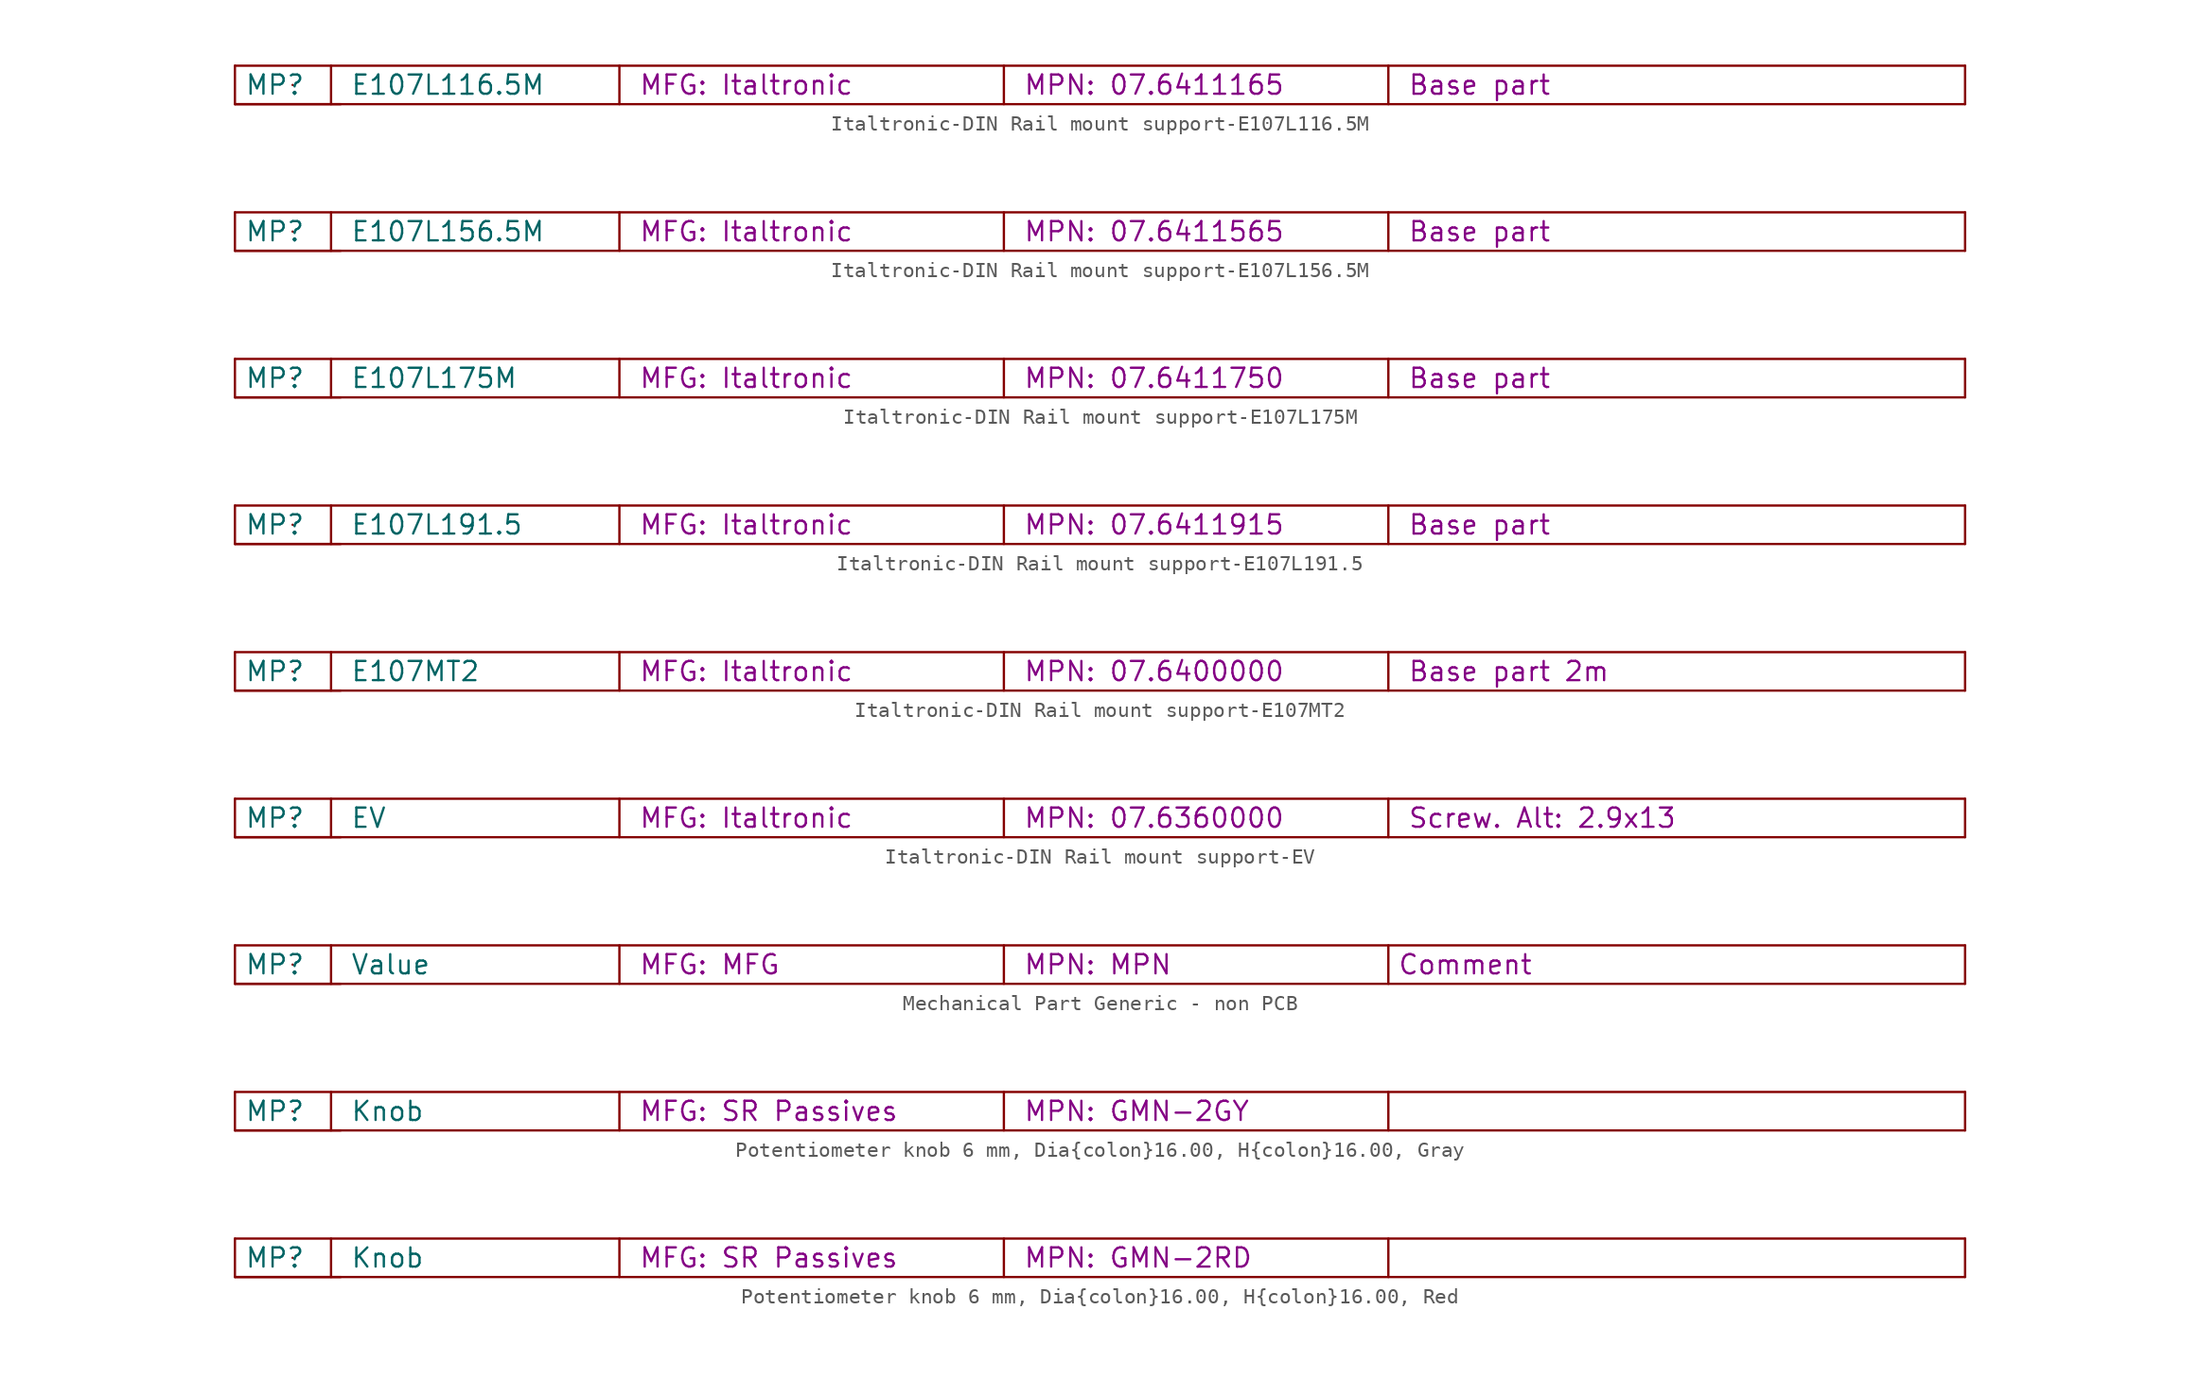
<source format=kicad_sym>
(kicad_symbol_lib
  (version 20220914)
  (generator kicad_symbol_editor)
  (symbol "Italtronic-DIN Rail mount support-E107L116.5M"
    (pin_numbers hide)
    (pin_names
      (offset 0) hide)
    (property "Reference" "MP"
      (at 0.635 1.27 0)
      (do_not_autoplace)
      (effects (font (size 1.27 1.27)) (justify left)))
    (property "Value" "E107L116.5M"
      (at 7.62 1.27 0)
      (do_not_autoplace)
      (effects (font (size 1.27 1.27)) (justify left)))
    (property "MFG" "Italtronic"
      (at 26.67 1.27 0)
      (show_name)
      (do_not_autoplace)
      (effects (font (size 1.27 1.27)) (justify left)))
    (property "MPN" "07.6411165"
      (at 52.07 1.27 0)
      (show_name)
      (do_not_autoplace)
      (effects (font (size 1.27 1.27)) (justify left)))
    (property "Z-SYSCODE" ""
      (at 6.985 1.27 0)
      (do_not_autoplace)
      (effects (font (size 1.27 1.27)) (justify left)))
    (property "Comment" "Base part"
      (at 77.47 1.27 0)
      (effects (font (size 1.27 1.27)) (justify left)))
    (symbol "Italtronic-DIN Rail mount support-E107L116.5M_0_1"
      (polyline (pts (xy 0 0) (xy 0 2.54)) (stroke (width 0.152) (type default)) (fill (type none)))
      (polyline (pts (xy 6.35 0) (xy 6.35 2.54)) (stroke (width 0.152) (type default)) (fill (type none)))
      (polyline (pts (xy 6.985 0) (xy 0 0)) (stroke (width 0.152) (type default)) (fill (type none)))
      (polyline (pts (xy 25.4 0) (xy 25.4 2.54)) (stroke (width 0.152) (type default)) (fill (type none)))
      (polyline (pts (xy 50.8 0) (xy 50.8 2.54)) (stroke (width 0.152) (type default)) (fill (type none)))
      (polyline (pts (xy 76.2 0) (xy 76.2 2.54)) (stroke (width 0.152) (type default)) (fill (type none)))
      (polyline (pts (xy 114.3 0) (xy 0 0)) (stroke (width 0.152) (type default)) (fill (type none)))
      (polyline (pts (xy 114.3 0) (xy 114.3 2.54)) (stroke (width 0.152) (type default)) (fill (type none)))
      (polyline (pts (xy 114.3 2.54) (xy 0 2.54)) (stroke (width 0.152) (type default)) (fill (type none)))
      (rectangle (start 3.81 1.27) (end 3.81 1.27) (stroke (width 0.152) (type default)) (fill (type none)))))
  (symbol "Italtronic-DIN Rail mount support-E107L156.5M"
    (pin_numbers hide)
    (pin_names
      (offset 0) hide)
    (property "Reference" "MP"
      (at 0.635 1.27 0)
      (do_not_autoplace)
      (effects (font (size 1.27 1.27)) (justify left)))
    (property "Value" "E107L156.5M"
      (at 7.62 1.27 0)
      (do_not_autoplace)
      (effects (font (size 1.27 1.27)) (justify left)))
    (property "MFG" "Italtronic"
      (at 26.67 1.27 0)
      (show_name)
      (do_not_autoplace)
      (effects (font (size 1.27 1.27)) (justify left)))
    (property "MPN" "07.6411565"
      (at 52.07 1.27 0)
      (show_name)
      (do_not_autoplace)
      (effects (font (size 1.27 1.27)) (justify left)))
    (property "Z-SYSCODE" ""
      (at 6.985 1.27 0)
      (do_not_autoplace)
      (effects (font (size 1.27 1.27)) (justify left)))
    (property "Comment" "Base part"
      (at 77.47 1.27 0)
      (effects (font (size 1.27 1.27)) (justify left)))
    (symbol "Italtronic-DIN Rail mount support-E107L156.5M_0_1"
      (polyline (pts (xy 0 0) (xy 0 2.54)) (stroke (width 0.152) (type default)) (fill (type none)))
      (polyline (pts (xy 6.35 0) (xy 6.35 2.54)) (stroke (width 0.152) (type default)) (fill (type none)))
      (polyline (pts (xy 6.985 0) (xy 0 0)) (stroke (width 0.152) (type default)) (fill (type none)))
      (polyline (pts (xy 25.4 0) (xy 25.4 2.54)) (stroke (width 0.152) (type default)) (fill (type none)))
      (polyline (pts (xy 50.8 0) (xy 50.8 2.54)) (stroke (width 0.152) (type default)) (fill (type none)))
      (polyline (pts (xy 76.2 0) (xy 76.2 2.54)) (stroke (width 0.152) (type default)) (fill (type none)))
      (polyline (pts (xy 114.3 0) (xy 0 0)) (stroke (width 0.152) (type default)) (fill (type none)))
      (polyline (pts (xy 114.3 0) (xy 114.3 2.54)) (stroke (width 0.152) (type default)) (fill (type none)))
      (polyline (pts (xy 114.3 2.54) (xy 0 2.54)) (stroke (width 0.152) (type default)) (fill (type none)))
      (rectangle (start 3.81 1.27) (end 3.81 1.27) (stroke (width 0.152) (type default)) (fill (type none)))))
  (symbol "Italtronic-DIN Rail mount support-E107L175M"
    (pin_numbers hide)
    (pin_names
      (offset 0) hide)
    (property "Reference" "MP"
      (at 0.635 1.27 0)
      (do_not_autoplace)
      (effects (font (size 1.27 1.27)) (justify left)))
    (property "Value" "E107L175M"
      (at 7.62 1.27 0)
      (do_not_autoplace)
      (effects (font (size 1.27 1.27)) (justify left)))
    (property "MFG" "Italtronic"
      (at 26.67 1.27 0)
      (show_name)
      (do_not_autoplace)
      (effects (font (size 1.27 1.27)) (justify left)))
    (property "MPN" "07.6411750"
      (at 52.07 1.27 0)
      (show_name)
      (do_not_autoplace)
      (effects (font (size 1.27 1.27)) (justify left)))
    (property "Z-SYSCODE" ""
      (at 6.985 1.27 0)
      (do_not_autoplace)
      (effects (font (size 1.27 1.27)) (justify left)))
    (property "Comment" "Base part"
      (at 77.47 1.27 0)
      (effects (font (size 1.27 1.27)) (justify left)))
    (symbol "Italtronic-DIN Rail mount support-E107L175M_0_1"
      (polyline (pts (xy 0 0) (xy 0 2.54)) (stroke (width 0.152) (type default)) (fill (type none)))
      (polyline (pts (xy 6.35 0) (xy 6.35 2.54)) (stroke (width 0.152) (type default)) (fill (type none)))
      (polyline (pts (xy 6.985 0) (xy 0 0)) (stroke (width 0.152) (type default)) (fill (type none)))
      (polyline (pts (xy 25.4 0) (xy 25.4 2.54)) (stroke (width 0.152) (type default)) (fill (type none)))
      (polyline (pts (xy 50.8 0) (xy 50.8 2.54)) (stroke (width 0.152) (type default)) (fill (type none)))
      (polyline (pts (xy 76.2 0) (xy 76.2 2.54)) (stroke (width 0.152) (type default)) (fill (type none)))
      (polyline (pts (xy 114.3 0) (xy 0 0)) (stroke (width 0.152) (type default)) (fill (type none)))
      (polyline (pts (xy 114.3 0) (xy 114.3 2.54)) (stroke (width 0.152) (type default)) (fill (type none)))
      (polyline (pts (xy 114.3 2.54) (xy 0 2.54)) (stroke (width 0.152) (type default)) (fill (type none)))
      (rectangle (start 3.81 1.27) (end 3.81 1.27) (stroke (width 0.152) (type default)) (fill (type none)))))
  (symbol "Italtronic-DIN Rail mount support-E107L191.5"
    (pin_numbers hide)
    (pin_names
      (offset 0) hide)
    (property "Reference" "MP"
      (at 0.635 1.27 0)
      (do_not_autoplace)
      (effects (font (size 1.27 1.27)) (justify left)))
    (property "Value" "E107L191.5"
      (at 7.62 1.27 0)
      (do_not_autoplace)
      (effects (font (size 1.27 1.27)) (justify left)))
    (property "MFG" "Italtronic"
      (at 26.67 1.27 0)
      (show_name)
      (do_not_autoplace)
      (effects (font (size 1.27 1.27)) (justify left)))
    (property "MPN" "07.6411915"
      (at 52.07 1.27 0)
      (show_name)
      (do_not_autoplace)
      (effects (font (size 1.27 1.27)) (justify left)))
    (property "Z-SYSCODE" ""
      (at 6.985 1.27 0)
      (do_not_autoplace)
      (effects (font (size 1.27 1.27)) (justify left)))
    (property "Comment" "Base part"
      (at 77.47 1.27 0)
      (effects (font (size 1.27 1.27)) (justify left)))
    (symbol "Italtronic-DIN Rail mount support-E107L191.5_0_1"
      (polyline (pts (xy 0 0) (xy 0 2.54)) (stroke (width 0.152) (type default)) (fill (type none)))
      (polyline (pts (xy 6.35 0) (xy 6.35 2.54)) (stroke (width 0.152) (type default)) (fill (type none)))
      (polyline (pts (xy 6.985 0) (xy 0 0)) (stroke (width 0.152) (type default)) (fill (type none)))
      (polyline (pts (xy 25.4 0) (xy 25.4 2.54)) (stroke (width 0.152) (type default)) (fill (type none)))
      (polyline (pts (xy 50.8 0) (xy 50.8 2.54)) (stroke (width 0.152) (type default)) (fill (type none)))
      (polyline (pts (xy 76.2 0) (xy 76.2 2.54)) (stroke (width 0.152) (type default)) (fill (type none)))
      (polyline (pts (xy 114.3 0) (xy 0 0)) (stroke (width 0.152) (type default)) (fill (type none)))
      (polyline (pts (xy 114.3 0) (xy 114.3 2.54)) (stroke (width 0.152) (type default)) (fill (type none)))
      (polyline (pts (xy 114.3 2.54) (xy 0 2.54)) (stroke (width 0.152) (type default)) (fill (type none)))
      (rectangle (start 3.81 1.27) (end 3.81 1.27) (stroke (width 0.152) (type default)) (fill (type none)))))
  (symbol "Italtronic-DIN Rail mount support-E107MT2"
    (pin_numbers hide)
    (pin_names
      (offset 0) hide)
    (property "Reference" "MP"
      (at 0.635 1.27 0)
      (do_not_autoplace)
      (effects (font (size 1.27 1.27)) (justify left)))
    (property "Value" "E107MT2"
      (at 7.62 1.27 0)
      (do_not_autoplace)
      (effects (font (size 1.27 1.27)) (justify left)))
    (property "MFG" "Italtronic"
      (at 26.67 1.27 0)
      (show_name)
      (do_not_autoplace)
      (effects (font (size 1.27 1.27)) (justify left)))
    (property "MPN" "07.6400000"
      (at 52.07 1.27 0)
      (show_name)
      (do_not_autoplace)
      (effects (font (size 1.27 1.27)) (justify left)))
    (property "Z-SYSCODE" ""
      (at 6.985 1.27 0)
      (do_not_autoplace)
      (effects (font (size 1.27 1.27)) (justify left)))
    (property "Comment" "Base part 2m"
      (at 77.47 1.27 0)
      (effects (font (size 1.27 1.27)) (justify left)))
    (symbol "Italtronic-DIN Rail mount support-E107MT2_0_1"
      (polyline (pts (xy 0 0) (xy 0 2.54)) (stroke (width 0.152) (type default)) (fill (type none)))
      (polyline (pts (xy 6.35 0) (xy 6.35 2.54)) (stroke (width 0.152) (type default)) (fill (type none)))
      (polyline (pts (xy 6.985 0) (xy 0 0)) (stroke (width 0.152) (type default)) (fill (type none)))
      (polyline (pts (xy 25.4 0) (xy 25.4 2.54)) (stroke (width 0.152) (type default)) (fill (type none)))
      (polyline (pts (xy 50.8 0) (xy 50.8 2.54)) (stroke (width 0.152) (type default)) (fill (type none)))
      (polyline (pts (xy 76.2 0) (xy 76.2 2.54)) (stroke (width 0.152) (type default)) (fill (type none)))
      (polyline (pts (xy 114.3 0) (xy 0 0)) (stroke (width 0.152) (type default)) (fill (type none)))
      (polyline (pts (xy 114.3 0) (xy 114.3 2.54)) (stroke (width 0.152) (type default)) (fill (type none)))
      (polyline (pts (xy 114.3 2.54) (xy 0 2.54)) (stroke (width 0.152) (type default)) (fill (type none)))
      (rectangle (start 3.81 1.27) (end 3.81 1.27) (stroke (width 0.152) (type default)) (fill (type none)))))
  (symbol "Italtronic-DIN Rail mount support-EV"
    (pin_numbers hide)
    (pin_names
      (offset 0) hide)
    (property "Reference" "MP"
      (at 0.635 1.27 0)
      (do_not_autoplace)
      (effects (font (size 1.27 1.27)) (justify left)))
    (property "Value" "EV"
      (at 7.62 1.27 0)
      (do_not_autoplace)
      (effects (font (size 1.27 1.27)) (justify left)))
    (property "MFG" "Italtronic"
      (at 26.67 1.27 0)
      (show_name)
      (do_not_autoplace)
      (effects (font (size 1.27 1.27)) (justify left)))
    (property "MPN" "07.6360000"
      (at 52.07 1.27 0)
      (show_name)
      (do_not_autoplace)
      (effects (font (size 1.27 1.27)) (justify left)))
    (property "Z-SYSCODE" ""
      (at 6.985 1.27 0)
      (do_not_autoplace)
      (effects (font (size 1.27 1.27)) (justify left)))
    (property "Comment" "Screw. Alt: 2.9x13"
      (at 77.47 1.27 0)
      (effects (font (size 1.27 1.27)) (justify left)))
    (symbol "Italtronic-DIN Rail mount support-EV_0_1"
      (polyline (pts (xy 0 0) (xy 0 2.54)) (stroke (width 0.152) (type default)) (fill (type none)))
      (polyline (pts (xy 6.35 0) (xy 6.35 2.54)) (stroke (width 0.152) (type default)) (fill (type none)))
      (polyline (pts (xy 6.985 0) (xy 0 0)) (stroke (width 0.152) (type default)) (fill (type none)))
      (polyline (pts (xy 25.4 0) (xy 25.4 2.54)) (stroke (width 0.152) (type default)) (fill (type none)))
      (polyline (pts (xy 50.8 0) (xy 50.8 2.54)) (stroke (width 0.152) (type default)) (fill (type none)))
      (polyline (pts (xy 76.2 0) (xy 76.2 2.54)) (stroke (width 0.152) (type default)) (fill (type none)))
      (polyline (pts (xy 114.3 0) (xy 0 0)) (stroke (width 0.152) (type default)) (fill (type none)))
      (polyline (pts (xy 114.3 0) (xy 114.3 2.54)) (stroke (width 0.152) (type default)) (fill (type none)))
      (polyline (pts (xy 114.3 2.54) (xy 0 2.54)) (stroke (width 0.152) (type default)) (fill (type none)))
      (rectangle (start 3.81 1.27) (end 3.81 1.27) (stroke (width 0.152) (type default)) (fill (type none)))))
  (symbol "Mechanical Part Generic - non PCB"
    (pin_numbers hide)
    (pin_names
      (offset 0) hide)
    (property "Reference" "MP"
      (at 0.635 1.27 0)
      (do_not_autoplace)
      (effects (font (size 1.27 1.27)) (justify left)))
    (property "Value" "Value"
      (at 7.62 1.27 0)
      (do_not_autoplace)
      (effects (font (size 1.27 1.27)) (justify left)))
    (property "MFG" "MFG"
      (at 26.67 1.27 0)
      (show_name)
      (do_not_autoplace)
      (effects (font (size 1.27 1.27)) (justify left)))
    (property "MPN" "MPN"
      (at 52.07 1.27 0)
      (show_name)
      (do_not_autoplace)
      (effects (font (size 1.27 1.27)) (justify left)))
    (property "Z-SYSCODE" ""
      (at 6.985 1.27 0)
      (do_not_autoplace)
      (effects (font (size 1.27 1.27)) (justify left)))
    (property "Comment" "Comment"
      (at 81.28 1.27 0)
      (effects (font (size 1.27 1.27))))
    (symbol "Mechanical Part Generic - non PCB_0_1"
      (polyline (pts (xy 0 0) (xy 0 2.54)) (stroke (width 0.152) (type default)) (fill (type none)))
      (polyline (pts (xy 6.35 0) (xy 6.35 2.54)) (stroke (width 0.152) (type default)) (fill (type none)))
      (polyline (pts (xy 6.985 0) (xy 0 0)) (stroke (width 0.152) (type default)) (fill (type none)))
      (polyline (pts (xy 25.4 0) (xy 25.4 2.54)) (stroke (width 0.152) (type default)) (fill (type none)))
      (polyline (pts (xy 50.8 0) (xy 50.8 2.54)) (stroke (width 0.152) (type default)) (fill (type none)))
      (polyline (pts (xy 76.2 0) (xy 76.2 2.54)) (stroke (width 0.152) (type default)) (fill (type none)))
      (polyline (pts (xy 114.3 0) (xy 0 0)) (stroke (width 0.152) (type default)) (fill (type none)))
      (polyline (pts (xy 114.3 0) (xy 114.3 2.54)) (stroke (width 0.152) (type default)) (fill (type none)))
      (polyline (pts (xy 114.3 2.54) (xy 0 2.54)) (stroke (width 0.152) (type default)) (fill (type none)))
      (rectangle (start 3.81 1.27) (end 3.81 1.27) (stroke (width 0.152) (type default)) (fill (type none)))))
  (symbol "Potentiometer knob 6 mm, Dia{colon}16.00, H{colon}16.00, Gray"
    (pin_numbers hide)
    (pin_names
      (offset 0) hide)
    (property "Reference" "MP"
      (at 0.635 1.27 0)
      (do_not_autoplace)
      (effects (font (size 1.27 1.27)) (justify left)))
    (property "Value" "Knob"
      (at 7.62 1.27 0)
      (do_not_autoplace)
      (effects (font (size 1.27 1.27)) (justify left)))
    (property "MFG" "SR Passives"
      (at 26.67 1.27 0)
      (show_name)
      (do_not_autoplace)
      (effects (font (size 1.27 1.27)) (justify left)))
    (property "MPN" "GMN-2GY"
      (at 52.07 1.27 0)
      (show_name)
      (do_not_autoplace)
      (effects (font (size 1.27 1.27)) (justify left)))
    (property "Z-SYSCODE" ""
      (at 6.985 1.27 0)
      (do_not_autoplace)
      (effects (font (size 1.27 1.27)) (justify left)))
    (property "Comment" ""
      (at 77.47 1.27 0)
      (effects (font (size 1.27 1.27)) (justify left)))
    (symbol "Potentiometer knob 6 mm, Dia{colon}16.00, H{colon}16.00, Gray_0_1"
      (polyline (pts (xy 0 0) (xy 0 2.54)) (stroke (width 0.152) (type default)) (fill (type none)))
      (polyline (pts (xy 6.35 0) (xy 6.35 2.54)) (stroke (width 0.152) (type default)) (fill (type none)))
      (polyline (pts (xy 6.985 0) (xy 0 0)) (stroke (width 0.152) (type default)) (fill (type none)))
      (polyline (pts (xy 25.4 0) (xy 25.4 2.54)) (stroke (width 0.152) (type default)) (fill (type none)))
      (polyline (pts (xy 50.8 0) (xy 50.8 2.54)) (stroke (width 0.152) (type default)) (fill (type none)))
      (polyline (pts (xy 76.2 0) (xy 76.2 2.54)) (stroke (width 0.152) (type default)) (fill (type none)))
      (polyline (pts (xy 114.3 0) (xy 0 0)) (stroke (width 0.152) (type default)) (fill (type none)))
      (polyline (pts (xy 114.3 0) (xy 114.3 2.54)) (stroke (width 0.152) (type default)) (fill (type none)))
      (polyline (pts (xy 114.3 2.54) (xy 0 2.54)) (stroke (width 0.152) (type default)) (fill (type none)))
      (rectangle (start 3.81 1.27) (end 3.81 1.27) (stroke (width 0.152) (type default)) (fill (type none)))))
  (symbol "Potentiometer knob 6 mm, Dia{colon}16.00, H{colon}16.00, Red"
    (pin_numbers hide)
    (pin_names
      (offset 0) hide)
    (property "Reference" "MP"
      (at 0.635 1.27 0)
      (do_not_autoplace)
      (effects (font (size 1.27 1.27)) (justify left)))
    (property "Value" "Knob"
      (at 7.62 1.27 0)
      (do_not_autoplace)
      (effects (font (size 1.27 1.27)) (justify left)))
    (property "MFG" "SR Passives"
      (at 26.67 1.27 0)
      (show_name)
      (do_not_autoplace)
      (effects (font (size 1.27 1.27)) (justify left)))
    (property "MPN" "GMN-2RD"
      (at 52.07 1.27 0)
      (show_name)
      (do_not_autoplace)
      (effects (font (size 1.27 1.27)) (justify left)))
    (property "Z-SYSCODE" ""
      (at 6.985 1.27 0)
      (do_not_autoplace)
      (effects (font (size 1.27 1.27)) (justify left)))
    (property "Comment" ""
      (at 77.47 1.27 0)
      (effects (font (size 1.27 1.27)) (justify left)))
    (symbol "Potentiometer knob 6 mm, Dia{colon}16.00, H{colon}16.00, Red_0_1"
      (polyline (pts (xy 0 0) (xy 0 2.54)) (stroke (width 0.152) (type default)) (fill (type none)))
      (polyline (pts (xy 6.35 0) (xy 6.35 2.54)) (stroke (width 0.152) (type default)) (fill (type none)))
      (polyline (pts (xy 6.985 0) (xy 0 0)) (stroke (width 0.152) (type default)) (fill (type none)))
      (polyline (pts (xy 25.4 0) (xy 25.4 2.54)) (stroke (width 0.152) (type default)) (fill (type none)))
      (polyline (pts (xy 50.8 0) (xy 50.8 2.54)) (stroke (width 0.152) (type default)) (fill (type none)))
      (polyline (pts (xy 76.2 0) (xy 76.2 2.54)) (stroke (width 0.152) (type default)) (fill (type none)))
      (polyline (pts (xy 114.3 0) (xy 0 0)) (stroke (width 0.152) (type default)) (fill (type none)))
      (polyline (pts (xy 114.3 0) (xy 114.3 2.54)) (stroke (width 0.152) (type default)) (fill (type none)))
      (polyline (pts (xy 114.3 2.54) (xy 0 2.54)) (stroke (width 0.152) (type default)) (fill (type none)))
      (rectangle (start 3.81 1.27) (end 3.81 1.27) (stroke (width 0.152) (type default)) (fill (type none))))))
</source>
